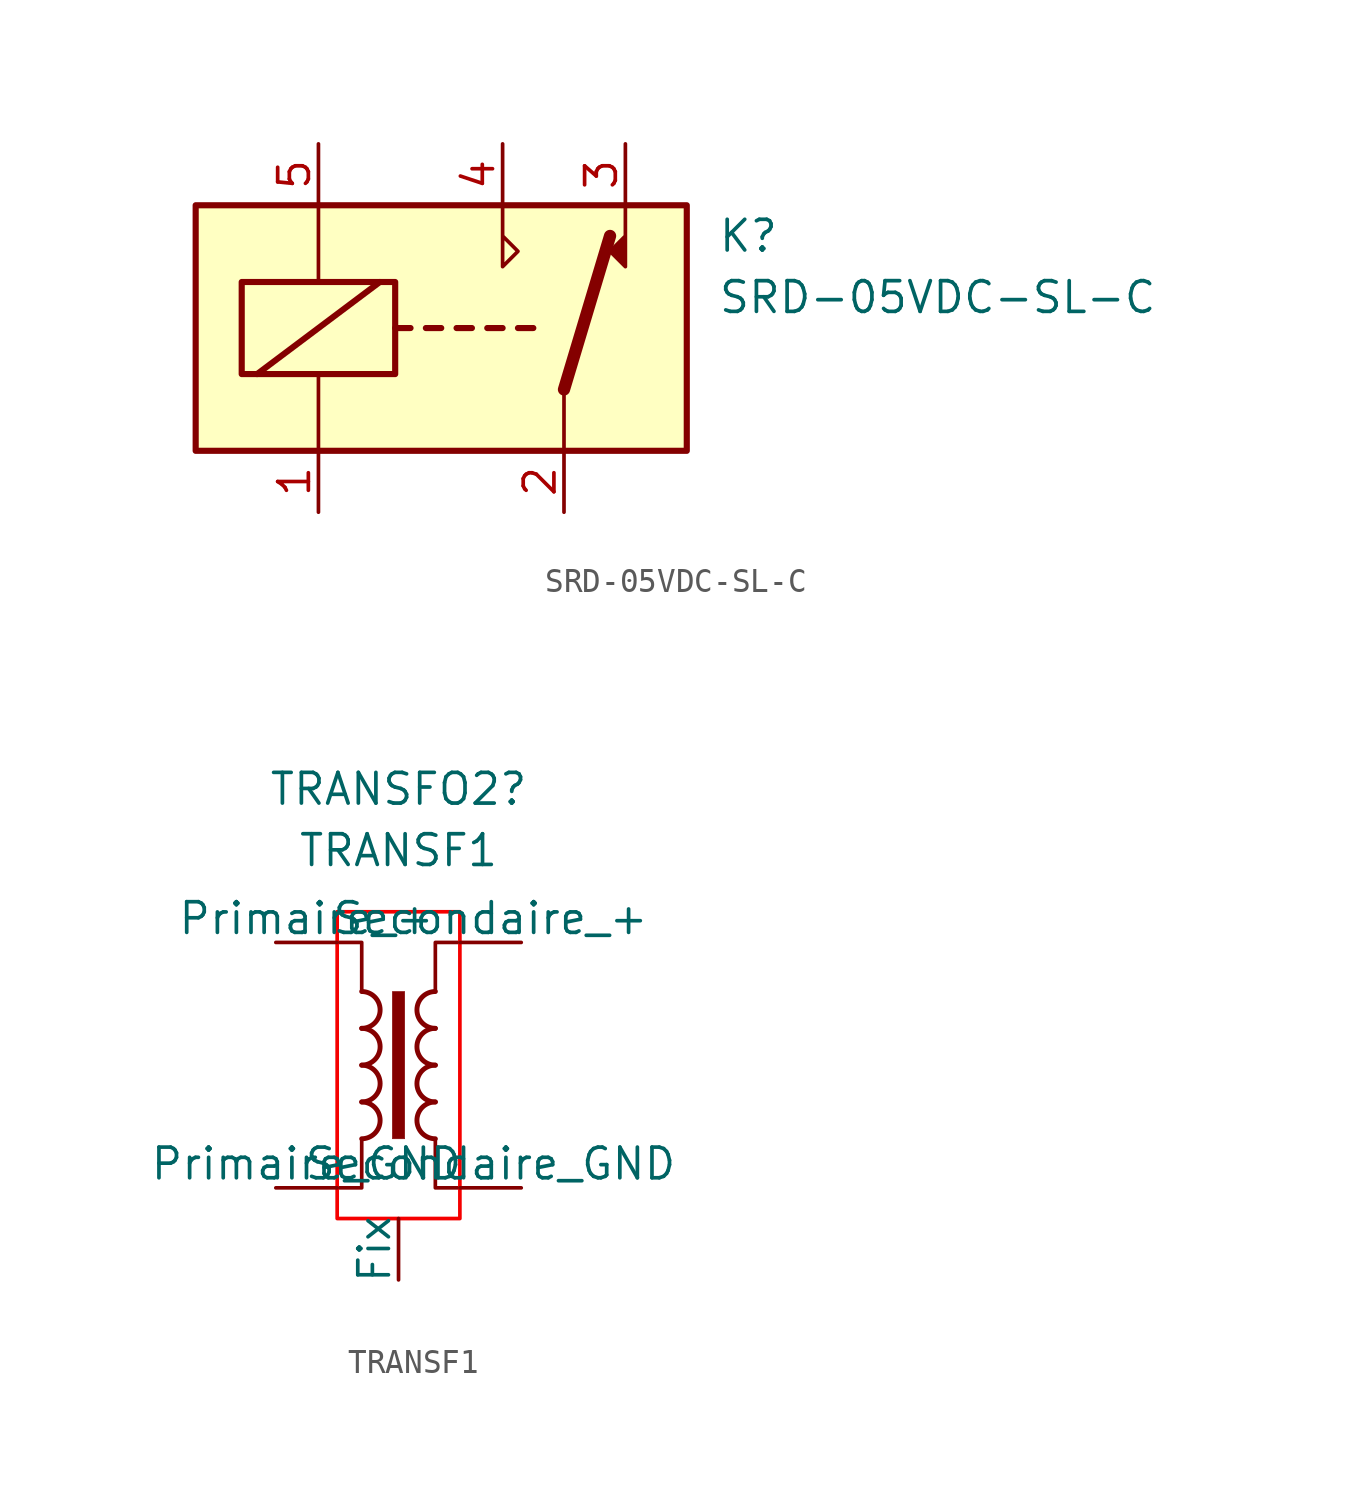
<source format=kicad_sym>
(kicad_symbol_lib
  (version 20220914)
  (generator kicad_symbol_editor)
  (symbol "SRD-05VDC-SL-C"
    (property "Reference" "K"
      (at 11.43 3.81 0)
      (effects (font (size 1.27 1.27)) (justify left)))
    (property "Value" "SRD-05VDC-SL-C"
      (at 11.43 1.27 0)
      (effects (font (size 1.27 1.27)) (justify left)))
    (symbol "SRD-05VDC-SL-C_0_1"
      (rectangle (start -8.255 1.905) (end -1.905 -1.905) (stroke (width 0.254) (type default)) (fill (type none)))
      (polyline (pts (xy -7.62 -1.905) (xy -2.54 1.905)) (stroke (width 0.254) (type default)) (fill (type none)))
      (polyline (pts (xy -5.08 -5.08) (xy -5.08 -1.905)) (stroke (width 0) (type default)) (fill (type none)))
      (polyline (pts (xy -5.08 5.08) (xy -5.08 1.905)) (stroke (width 0) (type default)) (fill (type none)))
      (polyline (pts (xy -1.905 0) (xy -1.27 0)) (stroke (width 0.254) (type default)) (fill (type none)))
      (polyline (pts (xy -0.635 0) (xy 0 0)) (stroke (width 0.254) (type default)) (fill (type none)))
      (polyline (pts (xy 0.635 0) (xy 1.27 0)) (stroke (width 0.254) (type default)) (fill (type none)))
      (polyline (pts (xy 1.905 0) (xy 2.54 0)) (stroke (width 0.254) (type default)) (fill (type none)))
      (polyline (pts (xy 3.175 0) (xy 3.81 0)) (stroke (width 0.254) (type default)) (fill (type none)))
      (polyline (pts (xy 5.08 -2.54) (xy 5.08 -5.08)) (stroke (width 0) (type default)) (fill (type none)))
      (polyline (pts (xy 5.08 -2.54) (xy 6.985 3.81)) (stroke (width 0.508) (type default)) (fill (type none))))
    (symbol "SRD-05VDC-SL-C_1_0"
      (polyline (pts (xy 7.62 5.08) (xy 7.62 2.54) (xy 6.985 3.175) (xy 7.62 3.81)) (stroke (width 0) (type default)) (fill (type outline))))
    (symbol "SRD-05VDC-SL-C_1_1"
      (rectangle (start -10.16 5.08) (end 10.16 -5.08) (stroke (width 0.254) (type default)) (fill (type background)))
      (polyline (pts (xy 2.54 5.08) (xy 2.54 2.54) (xy 3.175 3.175) (xy 2.54 3.81)) (stroke (width 0) (type default)) (fill (type background)))
      (pin passive line (at -5.08 -7.62 90) (length 2.54) (name "~" (effects (font (size 1.27 1.27)))) (number "1" (effects (font (size 1.27 1.27)))))
      (pin passive line (at 5.08 -7.62 90) (length 2.54) (name "~" (effects (font (size 1.27 1.27)))) (number "2" (effects (font (size 1.27 1.27)))))
      (pin passive line (at 7.62 7.62 270) (length 2.54) (name "~" (effects (font (size 1.27 1.27)))) (number "3" (effects (font (size 1.27 1.27)))))
      (pin passive line (at 2.54 7.62 270) (length 2.54) (name "~" (effects (font (size 1.27 1.27)))) (number "4" (effects (font (size 1.27 1.27)))))
      (pin passive line (at -5.08 7.62 270) (length 2.54) (name "~" (effects (font (size 1.27 1.27)))) (number "5" (effects (font (size 1.27 1.27)))))))
  (symbol "TRANSF1"
    (pin_numbers hide)
    (pin_names
      (offset 0))
    (property "Reference" "TRANSFO2"
      (at 0 11.43 0)
      (effects (font (size 1.27 1.27))))
    (property "Value" "TRANSF1"
      (at 0 8.89 0)
      (effects (font (size 1.27 1.27))))
    (symbol "TRANSF1_0_1"
      (arc (start -1.524 -3.048) (mid -0.7653 -2.286) (end -1.524 -1.524) (stroke (width 0.2032) (type default)) (fill (type none)))
      (arc (start -1.524 -1.524) (mid -0.7653 -0.762) (end -1.524 0) (stroke (width 0.2032) (type default)) (fill (type none)))
      (arc (start -1.524 0) (mid -0.7653 0.762) (end -1.524 1.524) (stroke (width 0.2032) (type default)) (fill (type none)))
      (arc (start -1.524 1.524) (mid -0.7653 2.286) (end -1.524 3.048) (stroke (width 0.2032) (type default)) (fill (type none)))
      (rectangle (start -0.254 3.048) (end 0.254 -3.048) (stroke (width 0.025) (type default)) (fill (type outline)))
      (polyline (pts (xy -2.54 5.08) (xy -1.524 5.08) (xy -1.524 3.048) (xy -1.524 3.048)) (stroke (width 0.152) (type default)) (fill (type none)))
      (polyline (pts (xy -1.524 -3.048) (xy -1.524 -5.08) (xy -2.54 -5.08) (xy -2.54 -5.08)) (stroke (width 0.152) (type default)) (fill (type none)))
      (polyline (pts (xy 1.524 3.048) (xy 1.524 5.08) (xy 2.54 5.08) (xy 2.54 5.08)) (stroke (width 0.152) (type default)) (fill (type none)))
      (polyline (pts (xy 2.54 -5.08) (xy 1.524 -5.08) (xy 1.524 -3.048) (xy 1.524 -3.048)) (stroke (width 0.152) (type default)) (fill (type none)))
      (arc (start 1.524 -1.524) (mid 0.7653 -2.286) (end 1.524 -3.048) (stroke (width 0.2032) (type default)) (fill (type none)))
      (arc (start 1.524 0) (mid 0.7653 -0.762) (end 1.524 -1.524) (stroke (width 0.2032) (type default)) (fill (type none)))
      (arc (start 1.524 1.524) (mid 0.7653 0.762) (end 1.524 0) (stroke (width 0.2032) (type default)) (fill (type none)))
      (arc (start 1.524 3.048) (mid 0.7653 2.286) (end 1.524 1.524) (stroke (width 0.2032) (type default)) (fill (type none))))
    (symbol "TRANSF1_1_1"
      (rectangle (start -2.54 6.35) (end 2.54 -6.35) (stroke (width 0) (type default) (color 245 0 0 1)) (fill (type none)))
      (pin passive line (at -5.08 5.08 0) (length 2.54) (name "Primaire_+" (effects (font (size 1.27 1.27)))) (number "1" (effects (font (size 1.27 1.27)))))
      (pin passive line (at -5.08 -5.08 0) (length 2.54) (name "Primaire_GND" (effects (font (size 1.27 1.27)))) (number "2" (effects (font (size 1.27 1.27)))))
      (pin passive line (at 5.08 -5.08 180) (length 2.54) (name "Secondaire_GND" (effects (font (size 1.27 1.27)))) (number "3" (effects (font (size 1.27 1.27)))))
      (pin passive line (at 5.08 5.08 180) (length 2.54) (name "Secondaire_+" (effects (font (size 1.27 1.27)))) (number "4" (effects (font (size 1.27 1.27)))))
      (pin passive line (at 0 -8.89 90) (length 2.54) (name "Fix" (effects (font (size 1.27 1.27)))) (number "5" (effects (font (size 1.27 1.27))))))))
</source>
